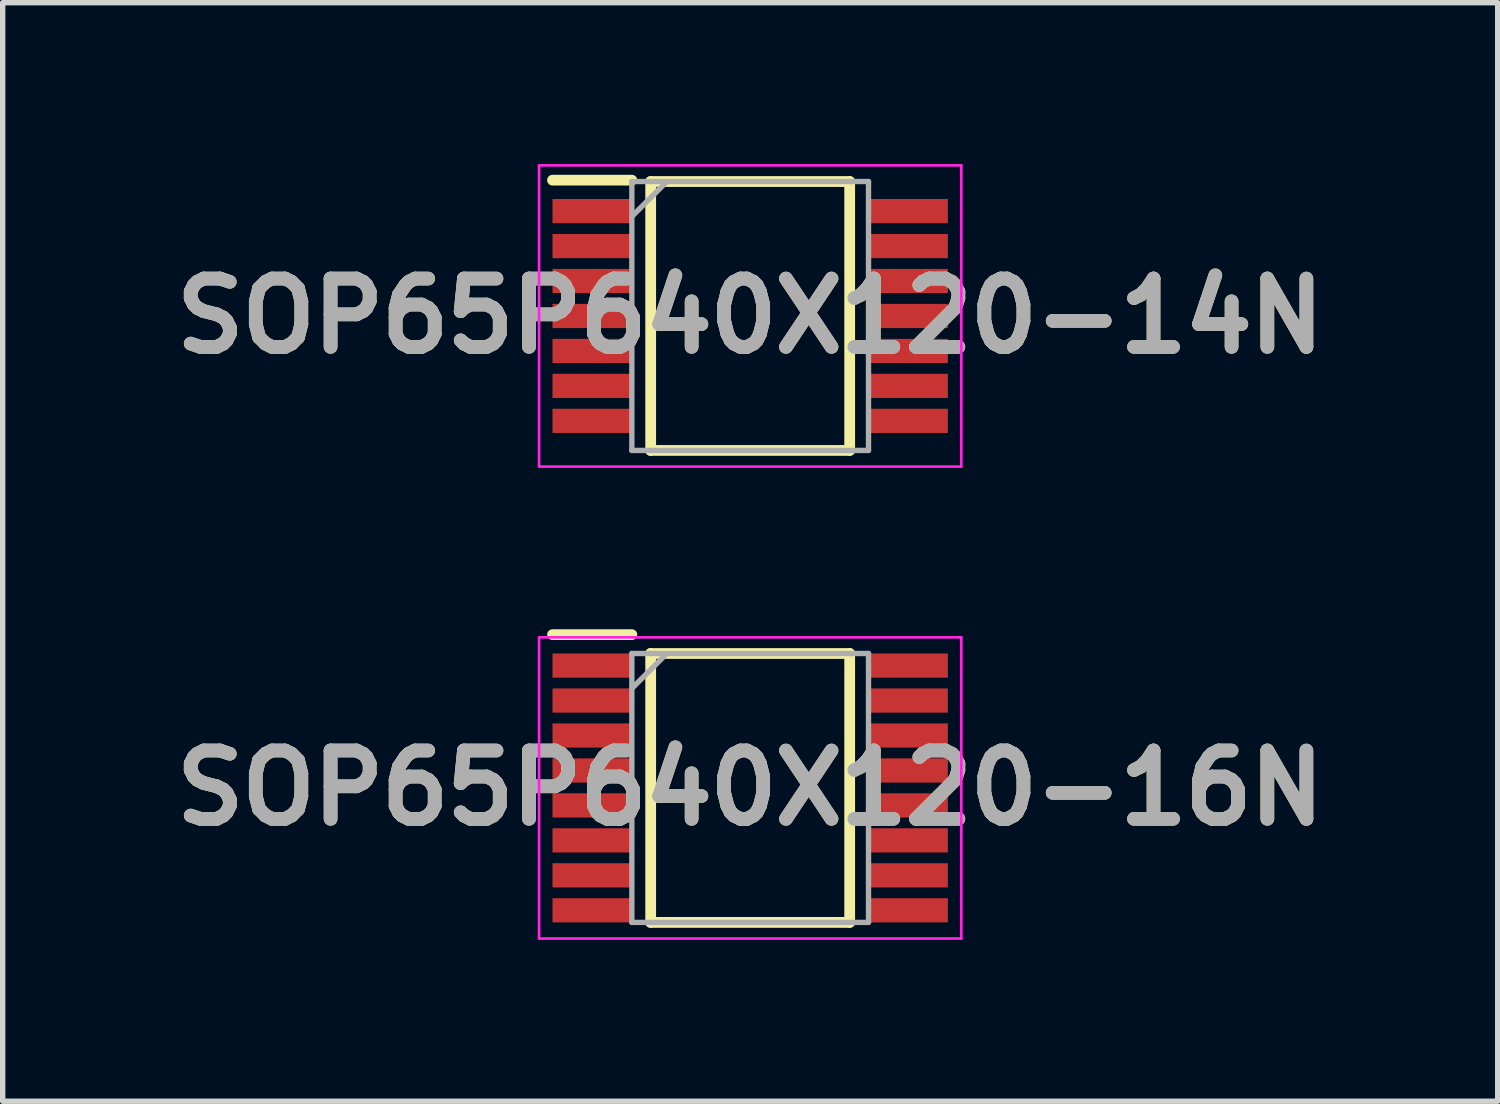
<source format=kicad_pcb>
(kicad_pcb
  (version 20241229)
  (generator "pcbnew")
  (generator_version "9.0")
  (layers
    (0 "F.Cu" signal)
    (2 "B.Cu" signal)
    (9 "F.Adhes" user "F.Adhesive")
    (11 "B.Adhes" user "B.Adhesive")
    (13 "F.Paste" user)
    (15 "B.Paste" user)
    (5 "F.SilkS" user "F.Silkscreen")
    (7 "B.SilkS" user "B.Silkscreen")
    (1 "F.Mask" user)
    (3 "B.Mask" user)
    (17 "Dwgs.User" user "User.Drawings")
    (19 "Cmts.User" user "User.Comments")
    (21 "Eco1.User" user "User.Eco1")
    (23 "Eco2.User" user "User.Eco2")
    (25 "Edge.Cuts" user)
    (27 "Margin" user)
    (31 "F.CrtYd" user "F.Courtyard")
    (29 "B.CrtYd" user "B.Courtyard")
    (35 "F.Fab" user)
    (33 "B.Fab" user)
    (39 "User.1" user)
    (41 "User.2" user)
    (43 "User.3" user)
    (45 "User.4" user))
  (footprint "SOP65P640X120-14N"
    (layer "F.Cu")
    (at 10.898 2.825)
    (property "Reference" "SOP65P640X120-14N" (at 0 0 0) (layer "F.SilkS") (effects (font (size 1.27 1.27) (thickness 0.254))))
    (attr smd)
    (fp_line (start -3.675 -2.525) (end -2.2 -2.525) (stroke (width 0.2) (type solid)) (layer "F.SilkS"))
    (fp_line (start -1.85 -2.5) (end 1.85 -2.5) (stroke (width 0.2) (type solid)) (layer "F.SilkS"))
    (fp_line (start -1.85 2.5) (end -1.85 -2.5) (stroke (width 0.2) (type solid)) (layer "F.SilkS"))
    (fp_line (start 1.85 -2.5) (end 1.85 2.5) (stroke (width 0.2) (type solid)) (layer "F.SilkS"))
    (fp_line (start 1.85 2.5) (end -1.85 2.5) (stroke (width 0.2) (type solid)) (layer "F.SilkS"))
    (fp_line (start -3.925 -2.8) (end 3.925 -2.8) (stroke (width 0.05) (type solid)) (layer "F.CrtYd"))
    (fp_line (start -3.925 2.8) (end -3.925 -2.8) (stroke (width 0.05) (type solid)) (layer "F.CrtYd"))
    (fp_line (start 3.925 -2.8) (end 3.925 2.8) (stroke (width 0.05) (type solid)) (layer "F.CrtYd"))
    (fp_line (start 3.925 2.8) (end -3.925 2.8) (stroke (width 0.05) (type solid)) (layer "F.CrtYd"))
    (fp_line (start -2.2 -2.5) (end 2.2 -2.5) (stroke (width 0.1) (type solid)) (layer "F.Fab"))
    (fp_line (start -2.2 -1.85) (end -1.55 -2.5) (stroke (width 0.1) (type solid)) (layer "F.Fab"))
    (fp_line (start -2.2 2.5) (end -2.2 -2.5) (stroke (width 0.1) (type solid)) (layer "F.Fab"))
    (fp_line (start 2.2 -2.5) (end 2.2 2.5) (stroke (width 0.1) (type solid)) (layer "F.Fab"))
    (fp_line (start 2.2 2.5) (end -2.2 2.5) (stroke (width 0.1) (type solid)) (layer "F.Fab"))
    (fp_text user "${REFERENCE}" (at 0 0 0) (layer "F.Fab") (effects (font (size 1.27 1.27) (thickness 0.254))))
    (pad "1" smd rect (at -2.938 -1.95 90) (size 0.45 1.475) (layers "F.Cu" "F.Mask" "F.Paste"))
    (pad "2" smd rect (at -2.938 -1.3 90) (size 0.45 1.475) (layers "F.Cu" "F.Mask" "F.Paste"))
    (pad "3" smd rect (at -2.938 -0.65 90) (size 0.45 1.475) (layers "F.Cu" "F.Mask" "F.Paste"))
    (pad "4" smd rect (at -2.938 0 90) (size 0.45 1.475) (layers "F.Cu" "F.Mask" "F.Paste"))
    (pad "5" smd rect (at -2.938 0.65 90) (size 0.45 1.475) (layers "F.Cu" "F.Mask" "F.Paste"))
    (pad "6" smd rect (at -2.938 1.3 90) (size 0.45 1.475) (layers "F.Cu" "F.Mask" "F.Paste"))
    (pad "7" smd rect (at -2.938 1.95 90) (size 0.45 1.475) (layers "F.Cu" "F.Mask" "F.Paste"))
    (pad "8" smd rect (at 2.938 1.95 90) (size 0.45 1.475) (layers "F.Cu" "F.Mask" "F.Paste"))
    (pad "9" smd rect (at 2.938 1.3 90) (size 0.45 1.475) (layers "F.Cu" "F.Mask" "F.Paste"))
    (pad "10" smd rect (at 2.938 0.65 90) (size 0.45 1.475) (layers "F.Cu" "F.Mask" "F.Paste"))
    (pad "11" smd rect (at 2.938 0 90) (size 0.45 1.475) (layers "F.Cu" "F.Mask" "F.Paste"))
    (pad "12" smd rect (at 2.938 -0.65 90) (size 0.45 1.475) (layers "F.Cu" "F.Mask" "F.Paste"))
    (pad "13" smd rect (at 2.938 -1.3 90) (size 0.45 1.475) (layers "F.Cu" "F.Mask" "F.Paste"))
    (pad "14" smd rect (at 2.938 -1.95 90) (size 0.45 1.475) (layers "F.Cu" "F.Mask" "F.Paste")))
  (footprint "SOP65P640X120-16N"
    (layer "F.Cu")
    (at 10.898 11.6)
    (property "Reference" "SOP65P640X120-16N" (at 0 0 0) (layer "F.SilkS") (effects (font (size 1.27 1.27) (thickness 0.254))))
    (attr smd)
    (fp_line (start -3.675 -2.85) (end -2.2 -2.85) (stroke (width 0.2) (type solid)) (layer "F.SilkS"))
    (fp_line (start -1.85 -2.5) (end 1.85 -2.5) (stroke (width 0.2) (type solid)) (layer "F.SilkS"))
    (fp_line (start -1.85 2.5) (end -1.85 -2.5) (stroke (width 0.2) (type solid)) (layer "F.SilkS"))
    (fp_line (start 1.85 -2.5) (end 1.85 2.5) (stroke (width 0.2) (type solid)) (layer "F.SilkS"))
    (fp_line (start 1.85 2.5) (end -1.85 2.5) (stroke (width 0.2) (type solid)) (layer "F.SilkS"))
    (fp_line (start -3.925 -2.8) (end 3.925 -2.8) (stroke (width 0.05) (type solid)) (layer "F.CrtYd"))
    (fp_line (start -3.925 2.8) (end -3.925 -2.8) (stroke (width 0.05) (type solid)) (layer "F.CrtYd"))
    (fp_line (start 3.925 -2.8) (end 3.925 2.8) (stroke (width 0.05) (type solid)) (layer "F.CrtYd"))
    (fp_line (start 3.925 2.8) (end -3.925 2.8) (stroke (width 0.05) (type solid)) (layer "F.CrtYd"))
    (fp_line (start -2.2 -2.5) (end 2.2 -2.5) (stroke (width 0.1) (type solid)) (layer "F.Fab"))
    (fp_line (start -2.2 -1.85) (end -1.55 -2.5) (stroke (width 0.1) (type solid)) (layer "F.Fab"))
    (fp_line (start -2.2 2.5) (end -2.2 -2.5) (stroke (width 0.1) (type solid)) (layer "F.Fab"))
    (fp_line (start 2.2 -2.5) (end 2.2 2.5) (stroke (width 0.1) (type solid)) (layer "F.Fab"))
    (fp_line (start 2.2 2.5) (end -2.2 2.5) (stroke (width 0.1) (type solid)) (layer "F.Fab"))
    (fp_text user "${REFERENCE}" (at 0 0 0) (layer "F.Fab") (effects (font (size 1.27 1.27) (thickness 0.254))))
    (pad "1" smd rect (at -2.938 -2.275 90) (size 0.45 1.475) (layers "F.Cu" "F.Mask" "F.Paste"))
    (pad "2" smd rect (at -2.938 -1.625 90) (size 0.45 1.475) (layers "F.Cu" "F.Mask" "F.Paste"))
    (pad "3" smd rect (at -2.938 -0.975 90) (size 0.45 1.475) (layers "F.Cu" "F.Mask" "F.Paste"))
    (pad "4" smd rect (at -2.938 -0.325 90) (size 0.45 1.475) (layers "F.Cu" "F.Mask" "F.Paste"))
    (pad "5" smd rect (at -2.938 0.325 90) (size 0.45 1.475) (layers "F.Cu" "F.Mask" "F.Paste"))
    (pad "6" smd rect (at -2.938 0.975 90) (size 0.45 1.475) (layers "F.Cu" "F.Mask" "F.Paste"))
    (pad "7" smd rect (at -2.938 1.625 90) (size 0.45 1.475) (layers "F.Cu" "F.Mask" "F.Paste"))
    (pad "8" smd rect (at -2.938 2.275 90) (size 0.45 1.475) (layers "F.Cu" "F.Mask" "F.Paste"))
    (pad "9" smd rect (at 2.938 2.275 90) (size 0.45 1.475) (layers "F.Cu" "F.Mask" "F.Paste"))
    (pad "10" smd rect (at 2.938 1.625 90) (size 0.45 1.475) (layers "F.Cu" "F.Mask" "F.Paste"))
    (pad "11" smd rect (at 2.938 0.975 90) (size 0.45 1.475) (layers "F.Cu" "F.Mask" "F.Paste"))
    (pad "12" smd rect (at 2.938 0.325 90) (size 0.45 1.475) (layers "F.Cu" "F.Mask" "F.Paste"))
    (pad "13" smd rect (at 2.938 -0.325 90) (size 0.45 1.475) (layers "F.Cu" "F.Mask" "F.Paste"))
    (pad "14" smd rect (at 2.938 -0.975 90) (size 0.45 1.475) (layers "F.Cu" "F.Mask" "F.Paste"))
    (pad "15" smd rect (at 2.938 -1.625 90) (size 0.45 1.475) (layers "F.Cu" "F.Mask" "F.Paste"))
    (pad "16" smd rect (at 2.938 -2.275 90) (size 0.45 1.475) (layers "F.Cu" "F.Mask" "F.Paste")))
  (gr_rect
    (start -3 -3)
    (end 24.796 17.425)
    (stroke (width 0.1) (type default))
    (fill no)
    (layer "Edge.Cuts")))
</source>
